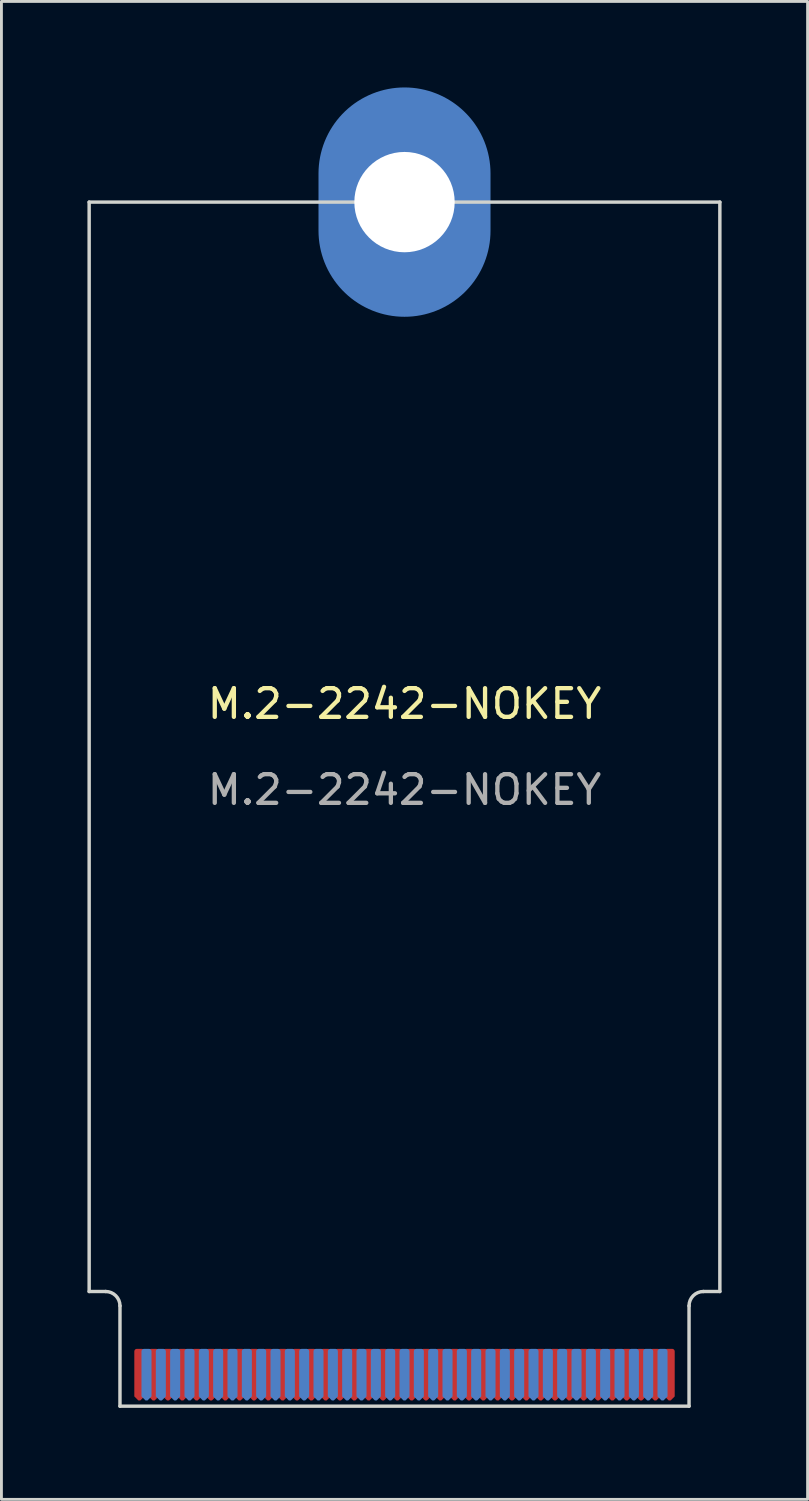
<source format=kicad_pcb>
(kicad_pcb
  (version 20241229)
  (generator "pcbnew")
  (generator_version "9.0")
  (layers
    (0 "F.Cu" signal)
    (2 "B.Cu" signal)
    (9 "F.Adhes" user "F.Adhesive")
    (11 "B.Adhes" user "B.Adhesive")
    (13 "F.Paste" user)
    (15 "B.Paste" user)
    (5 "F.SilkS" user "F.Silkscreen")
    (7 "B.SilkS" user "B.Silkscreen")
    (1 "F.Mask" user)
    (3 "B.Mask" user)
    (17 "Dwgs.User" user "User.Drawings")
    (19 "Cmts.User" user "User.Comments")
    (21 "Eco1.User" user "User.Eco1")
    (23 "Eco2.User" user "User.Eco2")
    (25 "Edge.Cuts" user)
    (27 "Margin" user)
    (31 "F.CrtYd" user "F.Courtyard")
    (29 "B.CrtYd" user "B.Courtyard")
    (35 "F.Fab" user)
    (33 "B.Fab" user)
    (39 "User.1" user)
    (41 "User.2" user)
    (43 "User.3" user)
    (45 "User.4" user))
  (footprint "M.2-2242-NOKEY"
    (layer "F.Cu")
    (at 11.06 46)
    (property "Reference" "M.2-2242-NOKEY" (at 0 -24.5 0) (unlocked yes) (layer "F.SilkS") (effects (font (size 1 1) (thickness 0.15))))
    (attr smd)
    (fp_line (start -11 -4) (end -11 -42) (stroke (width 0.12) (type solid)) (layer "Edge.Cuts"))
    (fp_line (start -10.425 -4) (end -11 -4) (stroke (width 0.12) (type default)) (layer "Edge.Cuts"))
    (fp_line (start -9.925 -3.5) (end -9.925 0) (stroke (width 0.12) (type solid)) (layer "Edge.Cuts"))
    (fp_line (start -9.925 0) (end 9.925 0) (stroke (width 0.12) (type solid)) (layer "Edge.Cuts"))
    (fp_line (start 9.925 0) (end 9.925 -3.5) (stroke (width 0.12) (type solid)) (layer "Edge.Cuts"))
    (fp_line (start 10.425 -4) (end 11 -4) (stroke (width 0.12) (type default)) (layer "Edge.Cuts"))
    (fp_line (start 11 -42) (end -11 -42) (stroke (width 0.12) (type solid)) (layer "Edge.Cuts"))
    (fp_line (start 11 -4) (end 11 -42) (stroke (width 0.12) (type solid)) (layer "Edge.Cuts"))
    (fp_arc (start -10.425 -4) (mid -10.071447 -3.853553) (end -9.925 -3.5) (stroke (width 0.12) (type default)) (layer "Edge.Cuts"))
    (fp_arc (start 9.925 -3.5) (mid 10.071447 -3.853553) (end 10.425 -4) (stroke (width 0.12) (type default)) (layer "Edge.Cuts"))
    (fp_text user "${REFERENCE}" (at 0 -21.5 0) (unlocked yes) (layer "F.Fab") (effects (font (size 1 1) (thickness 0.15))))
    (pad "1" smd roundrect (at 9.25 -1.1) (size 0.35 1.8) (layers "F.Cu" "F.Mask" "F.Paste") (roundrect_rratio 0.25) (chamfer_ratio 0.4) (chamfer bottom_left bottom_right))
    (pad "2" smd roundrect (at 9 -1.1) (size 0.35 1.8) (layers "B.Cu" "B.Mask" "B.Paste") (roundrect_rratio 0.25) (chamfer_ratio 0.4) (chamfer bottom_left bottom_right))
    (pad "3" thru_hole circle (at 0 -42) (size 5.5 5.5) (drill 3.5) (layers "*.Cu" "*.Mask"))
    (pad "3" connect oval (at 0 -42) (size 6 8) (layers "B.Cu" "B.Mask"))
    (pad "3" smd roundrect (at 8.75 -1.1) (size 0.35 1.8) (layers "F.Cu" "F.Mask" "F.Paste") (roundrect_rratio 0.25) (chamfer_ratio 0.4) (chamfer bottom_left bottom_right))
    (pad "4" smd roundrect (at 8.5 -1.1) (size 0.35 1.8) (layers "B.Cu" "B.Mask" "B.Paste") (roundrect_rratio 0.25) (chamfer_ratio 0.4) (chamfer bottom_left bottom_right))
    (pad "5" smd roundrect (at 8.25 -1.1) (size 0.35 1.8) (layers "F.Cu" "F.Mask" "F.Paste") (roundrect_rratio 0.25) (chamfer_ratio 0.4) (chamfer bottom_left bottom_right))
    (pad "6" smd roundrect (at 8 -1.1) (size 0.35 1.8) (layers "B.Cu" "B.Mask" "B.Paste") (roundrect_rratio 0.25) (chamfer_ratio 0.4) (chamfer bottom_left bottom_right))
    (pad "7" smd roundrect (at 7.75 -1.1) (size 0.35 1.8) (layers "F.Cu" "F.Mask" "F.Paste") (roundrect_rratio 0.25) (chamfer_ratio 0.4) (chamfer bottom_left bottom_right))
    (pad "8" smd roundrect (at 7.5 -1.1) (size 0.35 1.8) (layers "B.Cu" "B.Mask" "B.Paste") (roundrect_rratio 0.25) (chamfer_ratio 0.4) (chamfer bottom_left bottom_right))
    (pad "9" smd roundrect (at 7.25 -1.1) (size 0.35 1.8) (layers "F.Cu" "F.Mask" "F.Paste") (roundrect_rratio 0.25) (chamfer_ratio 0.4) (chamfer bottom_left bottom_right))
    (pad "10" smd roundrect (at 7 -1.1) (size 0.35 1.8) (layers "B.Cu" "B.Mask" "B.Paste") (roundrect_rratio 0.25) (chamfer_ratio 0.4) (chamfer bottom_left bottom_right))
    (pad "11" smd roundrect (at 6.75 -1.1) (size 0.35 1.8) (layers "F.Cu" "F.Mask" "F.Paste") (roundrect_rratio 0.25) (chamfer_ratio 0.4) (chamfer bottom_left bottom_right))
    (pad "12" smd roundrect (at 6.5 -1.1) (size 0.35 1.8) (layers "B.Cu" "B.Mask" "B.Paste") (roundrect_rratio 0.25) (chamfer_ratio 0.4) (chamfer bottom_left bottom_right))
    (pad "13" smd roundrect (at 6.25 -1.1) (size 0.35 1.8) (layers "F.Cu" "F.Mask" "F.Paste") (roundrect_rratio 0.25) (chamfer_ratio 0.4) (chamfer bottom_left bottom_right))
    (pad "14" smd roundrect (at 6 -1.1) (size 0.35 1.8) (layers "B.Cu" "B.Mask" "B.Paste") (roundrect_rratio 0.25) (chamfer_ratio 0.4) (chamfer bottom_left bottom_right))
    (pad "15" smd roundrect (at 5.75 -1.1) (size 0.35 1.8) (layers "F.Cu" "F.Mask" "F.Paste") (roundrect_rratio 0.25) (chamfer_ratio 0.4) (chamfer bottom_left bottom_right))
    (pad "16" smd roundrect (at 5.5 -1.1) (size 0.35 1.8) (layers "B.Cu" "B.Mask" "B.Paste") (roundrect_rratio 0.25) (chamfer_ratio 0.4) (chamfer bottom_left bottom_right))
    (pad "17" smd roundrect (at 5.25 -1.1) (size 0.35 1.8) (layers "F.Cu" "F.Mask" "F.Paste") (roundrect_rratio 0.25) (chamfer_ratio 0.4) (chamfer bottom_left bottom_right))
    (pad "18" smd roundrect (at 5 -1.1) (size 0.35 1.8) (layers "B.Cu" "B.Mask" "B.Paste") (roundrect_rratio 0.25) (chamfer_ratio 0.4) (chamfer bottom_left bottom_right))
    (pad "19" smd roundrect (at 4.75 -1.1) (size 0.35 1.8) (layers "F.Cu" "F.Mask" "F.Paste") (roundrect_rratio 0.25) (chamfer_ratio 0.4) (chamfer bottom_left bottom_right))
    (pad "20" smd roundrect (at 4.5 -1.1) (size 0.35 1.8) (layers "B.Cu" "B.Mask" "B.Paste") (roundrect_rratio 0.25) (chamfer_ratio 0.4) (chamfer bottom_left bottom_right))
    (pad "21" smd roundrect (at 4.25 -1.1) (size 0.35 1.8) (layers "F.Cu" "F.Mask" "F.Paste") (roundrect_rratio 0.25) (chamfer_ratio 0.4) (chamfer bottom_left bottom_right))
    (pad "22" smd roundrect (at 4 -1.1) (size 0.35 1.8) (layers "B.Cu" "B.Mask" "B.Paste") (roundrect_rratio 0.25) (chamfer_ratio 0.4) (chamfer bottom_left bottom_right))
    (pad "23" smd roundrect (at 3.75 -1.1) (size 0.35 1.8) (layers "F.Cu" "F.Mask" "F.Paste") (roundrect_rratio 0.25) (chamfer_ratio 0.4) (chamfer bottom_left bottom_right))
    (pad "24" smd roundrect (at 3.5 -1.1) (size 0.35 1.8) (layers "B.Cu" "B.Mask" "B.Paste") (roundrect_rratio 0.25) (chamfer_ratio 0.4) (chamfer bottom_left bottom_right))
    (pad "25" smd roundrect (at 3.25 -1.1) (size 0.35 1.8) (layers "F.Cu" "F.Mask" "F.Paste") (roundrect_rratio 0.25) (chamfer_ratio 0.4) (chamfer bottom_left bottom_right))
    (pad "26" smd roundrect (at 3 -1.1) (size 0.35 1.8) (layers "B.Cu" "B.Mask" "B.Paste") (roundrect_rratio 0.25) (chamfer_ratio 0.4) (chamfer bottom_left bottom_right))
    (pad "27" smd roundrect (at 2.75 -1.1) (size 0.35 1.8) (layers "F.Cu" "F.Mask" "F.Paste") (roundrect_rratio 0.25) (chamfer_ratio 0.4) (chamfer bottom_left bottom_right))
    (pad "28" smd roundrect (at 2.5 -1.1) (size 0.35 1.8) (layers "B.Cu" "B.Mask" "B.Paste") (roundrect_rratio 0.25) (chamfer_ratio 0.4) (chamfer bottom_left bottom_right))
    (pad "29" smd roundrect (at 2.25 -1.1) (size 0.35 1.8) (layers "F.Cu" "F.Mask" "F.Paste") (roundrect_rratio 0.25) (chamfer_ratio 0.4) (chamfer bottom_left bottom_right))
    (pad "30" smd roundrect (at 2 -1.1) (size 0.35 1.8) (layers "B.Cu" "B.Mask" "B.Paste") (roundrect_rratio 0.25) (chamfer_ratio 0.4) (chamfer bottom_left bottom_right))
    (pad "31" smd roundrect (at 1.75 -1.1) (size 0.35 1.8) (layers "F.Cu" "F.Mask" "F.Paste") (roundrect_rratio 0.25) (chamfer_ratio 0.4) (chamfer bottom_left bottom_right))
    (pad "32" smd roundrect (at 1.5 -1.1) (size 0.35 1.8) (layers "B.Cu" "B.Mask" "B.Paste") (roundrect_rratio 0.25) (chamfer_ratio 0.4) (chamfer bottom_left bottom_right))
    (pad "33" smd roundrect (at 1.25 -1.1) (size 0.35 1.8) (layers "F.Cu" "F.Mask" "F.Paste") (roundrect_rratio 0.25) (chamfer_ratio 0.4) (chamfer bottom_left bottom_right))
    (pad "34" smd roundrect (at 1 -1.1) (size 0.35 1.8) (layers "B.Cu" "B.Mask" "B.Paste") (roundrect_rratio 0.25) (chamfer_ratio 0.4) (chamfer bottom_left bottom_right))
    (pad "35" smd roundrect (at 0.75 -1.1) (size 0.35 1.8) (layers "F.Cu" "F.Mask" "F.Paste") (roundrect_rratio 0.25) (chamfer_ratio 0.4) (chamfer bottom_left bottom_right))
    (pad "36" smd roundrect (at 0.5 -1.1) (size 0.35 1.8) (layers "B.Cu" "B.Mask" "B.Paste") (roundrect_rratio 0.25) (chamfer_ratio 0.4) (chamfer bottom_left bottom_right))
    (pad "37" smd roundrect (at 0.25 -1.1) (size 0.35 1.8) (layers "F.Cu" "F.Mask" "F.Paste") (roundrect_rratio 0.25) (chamfer_ratio 0.4) (chamfer bottom_left bottom_right))
    (pad "38" smd roundrect (at 0 -1.1) (size 0.35 1.8) (layers "B.Cu" "B.Mask" "B.Paste") (roundrect_rratio 0.25) (chamfer_ratio 0.4) (chamfer bottom_left bottom_right))
    (pad "39" smd roundrect (at -0.25 -1.1) (size 0.35 1.8) (layers "F.Cu" "F.Mask" "F.Paste") (roundrect_rratio 0.25) (chamfer_ratio 0.4) (chamfer bottom_left bottom_right))
    (pad "40" smd roundrect (at -0.5 -1.1) (size 0.35 1.8) (layers "B.Cu" "B.Mask" "B.Paste") (roundrect_rratio 0.25) (chamfer_ratio 0.4) (chamfer bottom_left bottom_right))
    (pad "41" smd roundrect (at -0.75 -1.1) (size 0.35 1.8) (layers "F.Cu" "F.Mask" "F.Paste") (roundrect_rratio 0.25) (chamfer_ratio 0.4) (chamfer bottom_left bottom_right))
    (pad "42" smd roundrect (at -1 -1.1) (size 0.35 1.8) (layers "B.Cu" "B.Mask" "B.Paste") (roundrect_rratio 0.25) (chamfer_ratio 0.4) (chamfer bottom_left bottom_right))
    (pad "43" smd roundrect (at -1.25 -1.1) (size 0.35 1.8) (layers "F.Cu" "F.Mask" "F.Paste") (roundrect_rratio 0.25) (chamfer_ratio 0.4) (chamfer bottom_left bottom_right))
    (pad "44" smd roundrect (at -1.5 -1.1) (size 0.35 1.8) (layers "B.Cu" "B.Mask" "B.Paste") (roundrect_rratio 0.25) (chamfer_ratio 0.4) (chamfer bottom_left bottom_right))
    (pad "45" smd roundrect (at -1.75 -1.1) (size 0.35 1.8) (layers "F.Cu" "F.Mask" "F.Paste") (roundrect_rratio 0.25) (chamfer_ratio 0.4) (chamfer bottom_left bottom_right))
    (pad "46" smd roundrect (at -2 -1.1) (size 0.35 1.8) (layers "B.Cu" "B.Mask" "B.Paste") (roundrect_rratio 0.25) (chamfer_ratio 0.4) (chamfer bottom_left bottom_right))
    (pad "47" smd roundrect (at -2.25 -1.1) (size 0.35 1.8) (layers "F.Cu" "F.Mask" "F.Paste") (roundrect_rratio 0.25) (chamfer_ratio 0.4) (chamfer bottom_left bottom_right))
    (pad "48" smd roundrect (at -2.5 -1.1) (size 0.35 1.8) (layers "B.Cu" "B.Mask" "B.Paste") (roundrect_rratio 0.25) (chamfer_ratio 0.4) (chamfer bottom_left bottom_right))
    (pad "49" smd roundrect (at -2.75 -1.1) (size 0.35 1.8) (layers "F.Cu" "F.Mask" "F.Paste") (roundrect_rratio 0.25) (chamfer_ratio 0.4) (chamfer bottom_left bottom_right))
    (pad "50" smd roundrect (at -3 -1.1) (size 0.35 1.8) (layers "B.Cu" "B.Mask" "B.Paste") (roundrect_rratio 0.25) (chamfer_ratio 0.4) (chamfer bottom_left bottom_right))
    (pad "51" smd roundrect (at -3.25 -1.1) (size 0.35 1.8) (layers "F.Cu" "F.Mask" "F.Paste") (roundrect_rratio 0.25) (chamfer_ratio 0.4) (chamfer bottom_left bottom_right))
    (pad "52" smd roundrect (at -3.5 -1.1) (size 0.35 1.8) (layers "B.Cu" "B.Mask" "B.Paste") (roundrect_rratio 0.25) (chamfer_ratio 0.4) (chamfer bottom_left bottom_right))
    (pad "53" smd roundrect (at -3.75 -1.1) (size 0.35 1.8) (layers "F.Cu" "F.Mask" "F.Paste") (roundrect_rratio 0.25) (chamfer_ratio 0.4) (chamfer bottom_left bottom_right))
    (pad "54" smd roundrect (at -4 -1.1) (size 0.35 1.8) (layers "B.Cu" "B.Mask" "B.Paste") (roundrect_rratio 0.25) (chamfer_ratio 0.4) (chamfer bottom_left bottom_right))
    (pad "55" smd roundrect (at -4.25 -1.1) (size 0.35 1.8) (layers "F.Cu" "F.Mask" "F.Paste") (roundrect_rratio 0.25) (chamfer_ratio 0.4) (chamfer bottom_left bottom_right))
    (pad "56" smd roundrect (at -4.5 -1.1) (size 0.35 1.8) (layers "B.Cu" "B.Mask" "B.Paste") (roundrect_rratio 0.25) (chamfer_ratio 0.4) (chamfer bottom_left bottom_right))
    (pad "57" smd roundrect (at -4.75 -1.1) (size 0.35 1.8) (layers "F.Cu" "F.Mask" "F.Paste") (roundrect_rratio 0.25) (chamfer_ratio 0.4) (chamfer bottom_left bottom_right))
    (pad "58" smd roundrect (at -5 -1.1) (size 0.35 1.8) (layers "B.Cu" "B.Mask" "B.Paste") (roundrect_rratio 0.25) (chamfer_ratio 0.4) (chamfer bottom_left bottom_right))
    (pad "59" smd roundrect (at -5.25 -1.1) (size 0.35 1.8) (layers "F.Cu" "F.Mask" "F.Paste") (roundrect_rratio 0.25) (chamfer_ratio 0.4) (chamfer bottom_left bottom_right))
    (pad "60" smd roundrect (at -5.5 -1.1) (size 0.35 1.8) (layers "B.Cu" "B.Mask" "B.Paste") (roundrect_rratio 0.25) (chamfer_ratio 0.4) (chamfer bottom_left bottom_right))
    (pad "61" smd roundrect (at -5.75 -1.1) (size 0.35 1.8) (layers "F.Cu" "F.Mask" "F.Paste") (roundrect_rratio 0.25) (chamfer_ratio 0.4) (chamfer bottom_left bottom_right))
    (pad "62" smd roundrect (at -6 -1.1) (size 0.35 1.8) (layers "B.Cu" "B.Mask" "B.Paste") (roundrect_rratio 0.25) (chamfer_ratio 0.4) (chamfer bottom_left bottom_right))
    (pad "63" smd roundrect (at -6.25 -1.1) (size 0.35 1.8) (layers "F.Cu" "F.Mask" "F.Paste") (roundrect_rratio 0.25) (chamfer_ratio 0.4) (chamfer bottom_left bottom_right))
    (pad "64" smd roundrect (at -6.5 -1.1) (size 0.35 1.8) (layers "B.Cu" "B.Mask" "B.Paste") (roundrect_rratio 0.25) (chamfer_ratio 0.4) (chamfer bottom_left bottom_right))
    (pad "65" smd roundrect (at -6.75 -1.1) (size 0.35 1.8) (layers "F.Cu" "F.Mask" "F.Paste") (roundrect_rratio 0.25) (chamfer_ratio 0.4) (chamfer bottom_left bottom_right))
    (pad "66" smd roundrect (at -7 -1.1) (size 0.35 1.8) (layers "B.Cu" "B.Mask" "B.Paste") (roundrect_rratio 0.25) (chamfer_ratio 0.4) (chamfer bottom_left bottom_right))
    (pad "67" smd roundrect (at -7.25 -1.1) (size 0.35 1.8) (layers "F.Cu" "F.Mask" "F.Paste") (roundrect_rratio 0.25) (chamfer_ratio 0.4) (chamfer bottom_left bottom_right))
    (pad "68" smd roundrect (at -7.5 -1.1) (size 0.35 1.8) (layers "B.Cu" "B.Mask" "B.Paste") (roundrect_rratio 0.25) (chamfer_ratio 0.4) (chamfer bottom_left bottom_right))
    (pad "69" smd roundrect (at -7.75 -1.1) (size 0.35 1.8) (layers "F.Cu" "F.Mask" "F.Paste") (roundrect_rratio 0.25) (chamfer_ratio 0.4) (chamfer bottom_left bottom_right))
    (pad "70" smd roundrect (at -8 -1.1) (size 0.35 1.8) (layers "B.Cu" "B.Mask" "B.Paste") (roundrect_rratio 0.25) (chamfer_ratio 0.4) (chamfer bottom_left bottom_right))
    (pad "71" smd roundrect (at -8.25 -1.1) (size 0.35 1.8) (layers "F.Cu" "F.Mask" "F.Paste") (roundrect_rratio 0.25) (chamfer_ratio 0.4) (chamfer bottom_left bottom_right))
    (pad "72" smd roundrect (at -8.5 -1.1) (size 0.35 1.8) (layers "B.Cu" "B.Mask" "B.Paste") (roundrect_rratio 0.25) (chamfer_ratio 0.4) (chamfer bottom_left bottom_right))
    (pad "73" smd roundrect (at -8.75 -1.1) (size 0.35 1.8) (layers "F.Cu" "F.Mask" "F.Paste") (roundrect_rratio 0.25) (chamfer_ratio 0.4) (chamfer bottom_left bottom_right))
    (pad "74" smd roundrect (at -9 -1.1) (size 0.35 1.8) (layers "B.Cu" "B.Mask" "B.Paste") (roundrect_rratio 0.25) (chamfer_ratio 0.4) (chamfer bottom_left bottom_right))
    (pad "75" smd roundrect (at -9.25 -1.1) (size 0.35 1.8) (layers "F.Cu" "F.Mask" "F.Paste") (roundrect_rratio 0.25) (chamfer_ratio 0.4) (chamfer bottom_left bottom_right))
    (zone (net_name "") (layers "F.Cu" "B.Cu") (hatch edge 0.5) (connect_pads) (min_thickness 0.25) (filled_areas_thickness no) (keepout (tracks allowed) (vias allowed) (pads not_allowed) (copperpour allowed) (footprints not_allowed)) (placement (enabled no)) (fill) (polygon (pts (xy 0.06 44) (xy 0.06 42) (xy 22.06 42) (xy 22.06 44))))
    (zone (net_name "") (layers "F.Cu" "B.Cu") (hatch edge 0.5) (connect_pads) (min_thickness 0.25) (filled_areas_thickness no) (keepout (tracks allowed) (vias allowed) (pads allowed) (copperpour not_allowed) (footprints allowed)) (placement (enabled no)) (fill) (polygon (pts (xy 1.06 43.75) (xy 21.06 43.75) (xy 21.06 46) (xy 1.06 46)))))
  (gr_rect
    (start -3 -3)
    (end 25.12 49.25)
    (stroke (width 0.1) (type default))
    (fill no)
    (layer "Edge.Cuts")))
</source>
